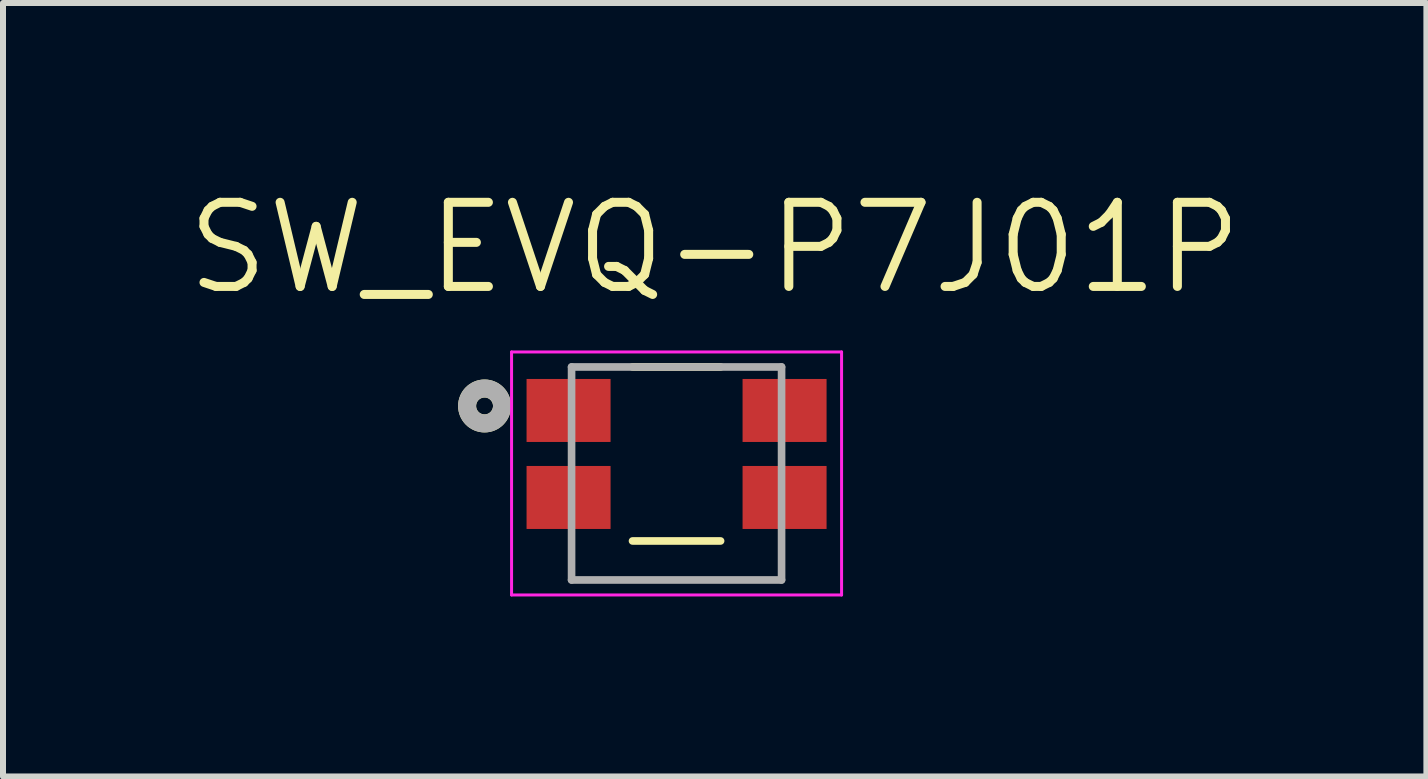
<source format=kicad_pcb>
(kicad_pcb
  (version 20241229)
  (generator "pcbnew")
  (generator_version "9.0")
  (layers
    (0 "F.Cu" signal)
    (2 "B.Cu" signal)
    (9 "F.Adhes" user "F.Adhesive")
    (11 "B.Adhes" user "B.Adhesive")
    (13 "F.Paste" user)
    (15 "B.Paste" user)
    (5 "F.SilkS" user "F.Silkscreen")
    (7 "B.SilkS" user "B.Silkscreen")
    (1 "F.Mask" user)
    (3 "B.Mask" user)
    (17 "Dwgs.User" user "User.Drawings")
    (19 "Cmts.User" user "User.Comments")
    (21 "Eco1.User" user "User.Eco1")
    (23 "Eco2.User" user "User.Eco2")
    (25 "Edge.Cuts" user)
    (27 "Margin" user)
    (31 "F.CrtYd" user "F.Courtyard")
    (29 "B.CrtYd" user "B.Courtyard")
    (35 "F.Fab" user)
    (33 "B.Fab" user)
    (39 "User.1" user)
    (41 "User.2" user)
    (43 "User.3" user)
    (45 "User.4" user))
  (footprint "SW_EVQ-P7J01P"
    (layer "F.Cu")
    (at 8.226 4.516)
    (property "Reference" "SW_EVQ-P7J01P" (at 0.636 -3.433 0) (layer "F.SilkS") (effects (font (size 1.402 1.402) (thickness 0.15))))
    (attr smd)
    (fp_line (start -0.734 -1.45) (end 0.734 -1.45) (stroke (width 0.127) (type solid)) (layer "F.SilkS"))
    (fp_line (start 0.734 1.45) (end -0.734 1.45) (stroke (width 0.127) (type solid)) (layer "F.SilkS"))
    (fp_circle (center -3.2 -0.8) (end -3.059 -0.8) (stroke (width 0.3) (type solid)) (fill no) (layer "F.SilkS"))
    (fp_line (start -2.75 -1.7) (end 2.75 -1.7) (stroke (width 0.05) (type solid)) (layer "F.CrtYd"))
    (fp_line (start -2.75 2.35) (end -2.75 -1.7) (stroke (width 0.05) (type solid)) (layer "F.CrtYd"))
    (fp_line (start 2.75 -1.7) (end 2.75 2.35) (stroke (width 0.05) (type solid)) (layer "F.CrtYd"))
    (fp_line (start 2.75 2.35) (end -2.75 2.35) (stroke (width 0.05) (type solid)) (layer "F.CrtYd"))
    (fp_line (start -1.75 -1.45) (end 1.75 -1.45) (stroke (width 0.127) (type solid)) (layer "F.Fab"))
    (fp_line (start -1.75 2.1) (end -1.75 -1.45) (stroke (width 0.127) (type solid)) (layer "F.Fab"))
    (fp_line (start 1.75 -1.45) (end 1.75 2.1) (stroke (width 0.127) (type solid)) (layer "F.Fab"))
    (fp_line (start 1.75 2.1) (end -1.75 2.1) (stroke (width 0.127) (type solid)) (layer "F.Fab"))
    (fp_circle (center -3.2 -0.8) (end -3.059 -0.8) (stroke (width 0.3) (type solid)) (fill no) (layer "F.Fab"))
    (pad "1_1" smd rect (at -1.8 -0.725) (size 1.4 1.05) (layers "F.Cu" "F.Mask" "F.Paste"))
    (pad "1_2" smd rect (at 1.8 -0.725) (size 1.4 1.05) (layers "F.Cu" "F.Mask" "F.Paste"))
    (pad "2_1" smd rect (at -1.8 0.725) (size 1.4 1.05) (layers "F.Cu" "F.Mask" "F.Paste"))
    (pad "2_2" smd rect (at 1.8 0.725) (size 1.4 1.05) (layers "F.Cu" "F.Mask" "F.Paste")))
  (gr_rect
    (start -3 -3)
    (end 20.723 9.891)
    (stroke (width 0.1) (type default))
    (fill no)
    (layer "Edge.Cuts")))
</source>
